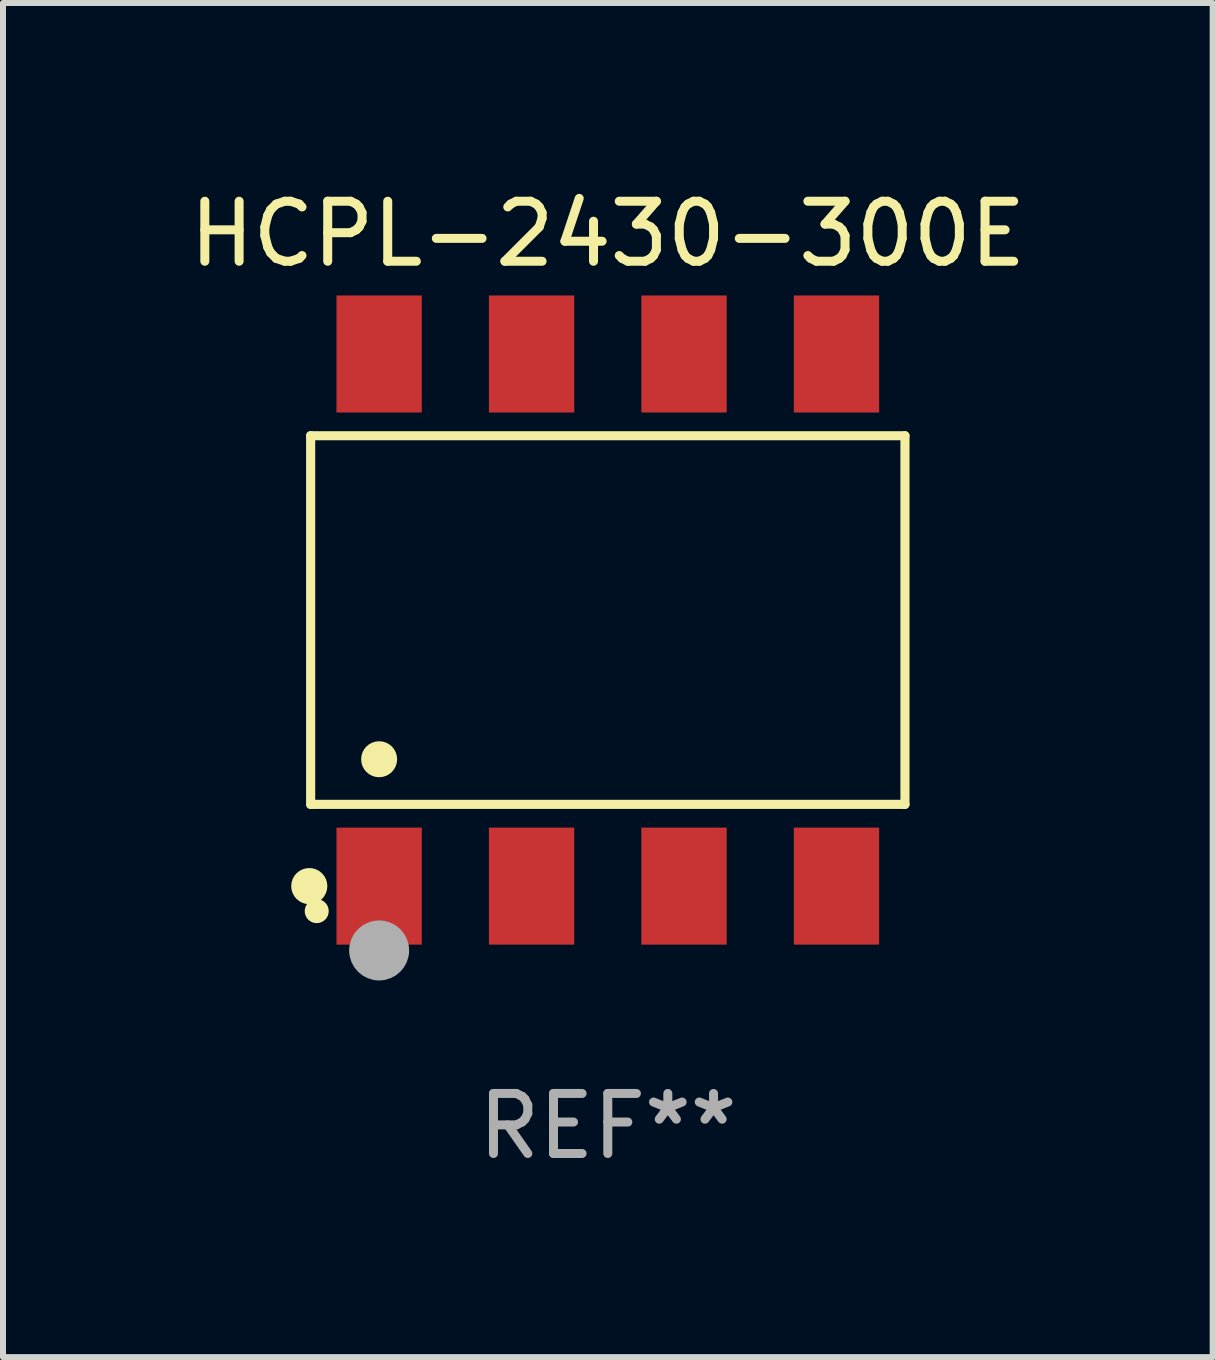
<source format=kicad_pcb>
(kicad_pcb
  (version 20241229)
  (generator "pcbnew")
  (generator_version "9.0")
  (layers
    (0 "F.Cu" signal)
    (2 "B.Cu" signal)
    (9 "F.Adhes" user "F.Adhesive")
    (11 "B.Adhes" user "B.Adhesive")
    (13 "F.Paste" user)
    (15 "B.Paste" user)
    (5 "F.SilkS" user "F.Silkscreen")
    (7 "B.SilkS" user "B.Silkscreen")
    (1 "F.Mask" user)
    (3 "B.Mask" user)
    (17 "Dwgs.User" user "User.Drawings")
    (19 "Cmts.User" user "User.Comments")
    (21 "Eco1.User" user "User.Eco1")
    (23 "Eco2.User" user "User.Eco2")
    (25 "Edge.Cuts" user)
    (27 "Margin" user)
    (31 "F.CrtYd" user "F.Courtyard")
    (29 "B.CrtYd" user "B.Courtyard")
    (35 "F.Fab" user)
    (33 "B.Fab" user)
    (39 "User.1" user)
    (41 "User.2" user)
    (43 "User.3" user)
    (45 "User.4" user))
  (footprint "HCPL-2430-300E"
    (layer "F.Cu")
    (at 7.077 7.281)
    (property "Reference" "HCPL-2430-300E" (at 0 -6.433 0) (layer "F.SilkS") (effects (font (size 1 1) (thickness 0.15))))
    (attr through_hole)
    (fp_line (start -4.951 -3.071) (end 4.951 -3.071) (stroke (width 0.152) (type solid)) (layer "F.SilkS"))
    (fp_line (start -4.951 3.071) (end -4.951 -3.071) (stroke (width 0.152) (type solid)) (layer "F.SilkS"))
    (fp_line (start 4.951 -3.071) (end 4.951 3.071) (stroke (width 0.152) (type solid)) (layer "F.SilkS"))
    (fp_line (start 4.951 3.071) (end -4.951 3.071) (stroke (width 0.152) (type solid)) (layer "F.SilkS"))
    (fp_circle (center -4.974 4.433) (end -4.823 4.433) (stroke (width 0.3) (type solid)) (fill no) (layer "F.SilkS"))
    (fp_circle (center -4.85 4.85) (end -4.75 4.85) (stroke (width 0.2) (type solid)) (fill no) (layer "F.SilkS"))
    (fp_circle (center -3.81 2.319) (end -3.66 2.319) (stroke (width 0.3) (type solid)) (fill no) (layer "F.SilkS"))
    (fp_circle (center -3.81 5.505) (end -3.56 5.505) (stroke (width 0.5) (type solid)) (fill no) (layer "F.Fab"))
    (fp_text user "REF**" (at 0 8.433 0) (layer "F.Fab") (effects (font (size 1 1) (thickness 0.15))))
    (pad "1" smd rect (at -3.81 4.433) (size 1.422 1.95) (layers "F.Cu" "F.Mask" "F.Paste"))
    (pad "2" smd rect (at -1.27 4.433) (size 1.422 1.95) (layers "F.Cu" "F.Mask" "F.Paste"))
    (pad "3" smd rect (at 1.27 4.433) (size 1.422 1.95) (layers "F.Cu" "F.Mask" "F.Paste"))
    (pad "4" smd rect (at 3.81 4.433) (size 1.422 1.95) (layers "F.Cu" "F.Mask" "F.Paste"))
    (pad "5" smd rect (at 3.81 -4.433) (size 1.422 1.95) (layers "F.Cu" "F.Mask" "F.Paste"))
    (pad "6" smd rect (at 1.27 -4.433) (size 1.422 1.95) (layers "F.Cu" "F.Mask" "F.Paste"))
    (pad "7" smd rect (at -1.27 -4.433) (size 1.422 1.95) (layers "F.Cu" "F.Mask" "F.Paste"))
    (pad "8" smd rect (at -3.81 -4.433) (size 1.422 1.95) (layers "F.Cu" "F.Mask" "F.Paste")))
  (gr_rect
    (start -3 -3)
    (end 17.155 19.562)
    (stroke (width 0.1) (type default))
    (fill no)
    (layer "Edge.Cuts")))
</source>
